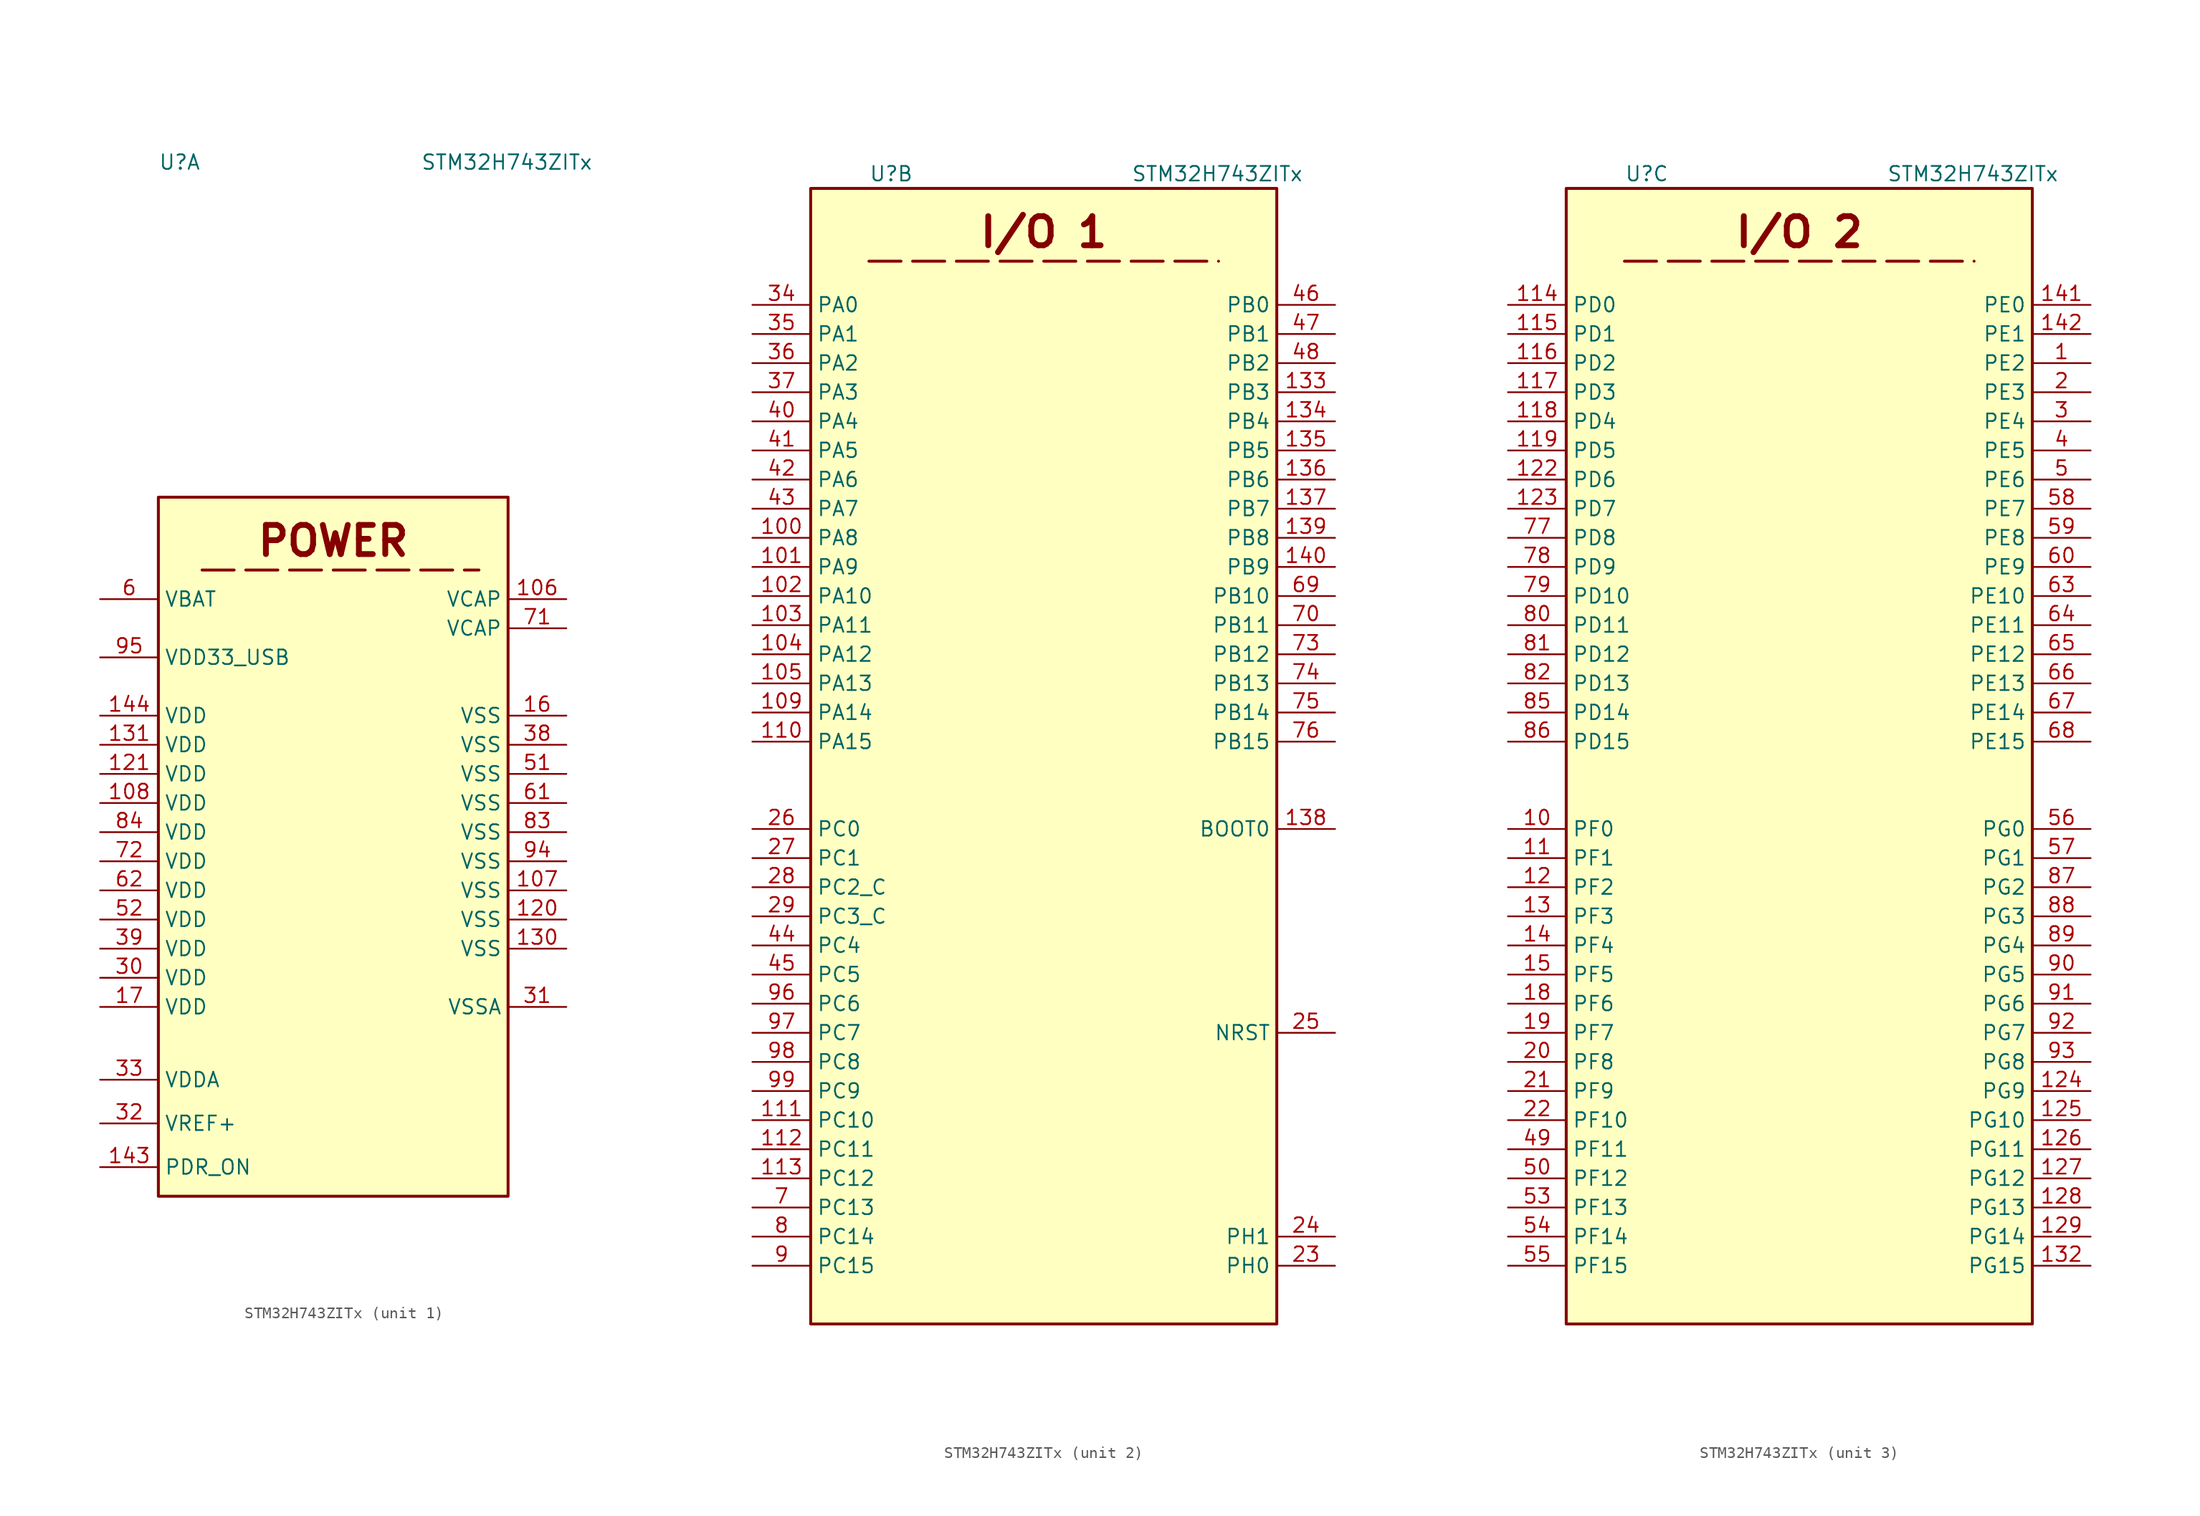
<source format=kicad_sym>
(kicad_symbol_lib
  (version 20241209)
  (generator "kicad_symbol_editor")
  (generator_version "9.0")
  (symbol "STM32H743ZITx"
    (property "Reference" "U"
      (at -15.24 90.17 0)
      (effects (font (size 1.27 1.27)) (justify left)))
    (property "Value" "STM32H743ZITx"
      (at 7.62 90.17 0)
      (effects (font (size 1.27 1.27)) (justify left)))
    (symbol "STM32H743ZITx_1_1"
      (rectangle (start -15.24 60.96) (end 15.24 0) (stroke (width 0.254) (type solid)) (fill (type background)))
      (polyline (pts (xy -11.43 54.61) (xy 12.7 54.61)) (stroke (width 0.254) (type dash)) (fill (type none)))
      (text "POWER" (at 0 57.15 0) (effects (font (size 2.54 2.54) (thickness 0.508) (bold yes))))
      (pin power_in line (at -20.32 52.07 0) (length 5.08) (name "VBAT" (effects (font (size 1.27 1.27)))) (number "6" (effects (font (size 1.27 1.27)))))
      (pin power_in line (at -20.32 46.99 0) (length 5.08) (name "VDD33_USB" (effects (font (size 1.27 1.27)))) (number "95" (effects (font (size 1.27 1.27)))))
      (pin power_in line (at -20.32 41.91 0) (length 5.08) (name "VDD" (effects (font (size 1.27 1.27)))) (number "144" (effects (font (size 1.27 1.27)))))
      (pin power_in line (at -20.32 39.37 0) (length 5.08) (name "VDD" (effects (font (size 1.27 1.27)))) (number "131" (effects (font (size 1.27 1.27)))))
      (pin power_in line (at -20.32 36.83 0) (length 5.08) (name "VDD" (effects (font (size 1.27 1.27)))) (number "121" (effects (font (size 1.27 1.27)))))
      (pin power_in line (at -20.32 34.29 0) (length 5.08) (name "VDD" (effects (font (size 1.27 1.27)))) (number "108" (effects (font (size 1.27 1.27)))))
      (pin power_in line (at -20.32 31.75 0) (length 5.08) (name "VDD" (effects (font (size 1.27 1.27)))) (number "84" (effects (font (size 1.27 1.27)))))
      (pin power_in line (at -20.32 29.21 0) (length 5.08) (name "VDD" (effects (font (size 1.27 1.27)))) (number "72" (effects (font (size 1.27 1.27)))))
      (pin power_in line (at -20.32 26.67 0) (length 5.08) (name "VDD" (effects (font (size 1.27 1.27)))) (number "62" (effects (font (size 1.27 1.27)))))
      (pin power_in line (at -20.32 24.13 0) (length 5.08) (name "VDD" (effects (font (size 1.27 1.27)))) (number "52" (effects (font (size 1.27 1.27)))))
      (pin power_in line (at -20.32 21.59 0) (length 5.08) (name "VDD" (effects (font (size 1.27 1.27)))) (number "39" (effects (font (size 1.27 1.27)))))
      (pin power_in line (at -20.32 19.05 0) (length 5.08) (name "VDD" (effects (font (size 1.27 1.27)))) (number "30" (effects (font (size 1.27 1.27)))))
      (pin power_in line (at -20.32 16.51 0) (length 5.08) (name "VDD" (effects (font (size 1.27 1.27)))) (number "17" (effects (font (size 1.27 1.27)))))
      (pin power_in line (at -20.32 10.16 0) (length 5.08) (name "VDDA" (effects (font (size 1.27 1.27)))) (number "33" (effects (font (size 1.27 1.27)))))
      (pin input line (at -20.32 6.35 0) (length 5.08) (name "VREF+" (effects (font (size 1.27 1.27)))) (number "32" (effects (font (size 1.27 1.27)))) (alternate "VREFBUF_OUT" bidirectional line))
      (pin input line (at -20.32 2.54 0) (length 5.08) (name "PDR_ON" (effects (font (size 1.27 1.27)))) (number "143" (effects (font (size 1.27 1.27)))))
      (pin power_out line (at 20.32 52.07 180) (length 5.08) (name "VCAP" (effects (font (size 1.27 1.27)))) (number "106" (effects (font (size 1.27 1.27)))))
      (pin power_out line (at 20.32 49.53 180) (length 5.08) (name "VCAP" (effects (font (size 1.27 1.27)))) (number "71" (effects (font (size 1.27 1.27)))))
      (pin power_in line (at 20.32 41.91 180) (length 5.08) (name "VSS" (effects (font (size 1.27 1.27)))) (number "16" (effects (font (size 1.27 1.27)))))
      (pin power_in line (at 20.32 39.37 180) (length 5.08) (name "VSS" (effects (font (size 1.27 1.27)))) (number "38" (effects (font (size 1.27 1.27)))))
      (pin power_in line (at 20.32 36.83 180) (length 5.08) (name "VSS" (effects (font (size 1.27 1.27)))) (number "51" (effects (font (size 1.27 1.27)))))
      (pin power_in line (at 20.32 34.29 180) (length 5.08) (name "VSS" (effects (font (size 1.27 1.27)))) (number "61" (effects (font (size 1.27 1.27)))))
      (pin power_in line (at 20.32 31.75 180) (length 5.08) (name "VSS" (effects (font (size 1.27 1.27)))) (number "83" (effects (font (size 1.27 1.27)))))
      (pin power_in line (at 20.32 29.21 180) (length 5.08) (name "VSS" (effects (font (size 1.27 1.27)))) (number "94" (effects (font (size 1.27 1.27)))))
      (pin power_in line (at 20.32 26.67 180) (length 5.08) (name "VSS" (effects (font (size 1.27 1.27)))) (number "107" (effects (font (size 1.27 1.27)))))
      (pin power_in line (at 20.32 24.13 180) (length 5.08) (name "VSS" (effects (font (size 1.27 1.27)))) (number "120" (effects (font (size 1.27 1.27)))))
      (pin power_in line (at 20.32 21.59 180) (length 5.08) (name "VSS" (effects (font (size 1.27 1.27)))) (number "130" (effects (font (size 1.27 1.27)))))
      (pin power_in line (at 20.32 16.51 180) (length 5.08) (name "VSSA" (effects (font (size 1.27 1.27)))) (number "31" (effects (font (size 1.27 1.27))))))
    (symbol "STM32H743ZITx_2_1"
      (rectangle (start -20.32 88.9) (end 20.32 -10.16) (stroke (width 0.254) (type solid)) (fill (type background)))
      (polyline (pts (xy -15.24 82.55) (xy 15.24 82.55)) (stroke (width 0.254) (type dash)) (fill (type none)))
      (text "I/O 1\n" (at 0 85.09 0) (effects (font (size 2.54 2.54) (thickness 0.508) (bold yes))))
      (pin bidirectional line (at -25.4 78.74 0) (length 5.08) (name "PA0" (effects (font (size 1.27 1.27)))) (number "34" (effects (font (size 1.27 1.27)))) (alternate "ADC1_INP16" bidirectional line) (alternate "ETH_CRS" bidirectional line) (alternate "PWR_WKUP1" bidirectional line) (alternate "SAI2_SD_B" bidirectional line) (alternate "SDMMC2_CMD" bidirectional line) (alternate "TIM15_BKIN" bidirectional line) (alternate "TIM2_CH1" bidirectional line) (alternate "TIM2_ETR" bidirectional line) (alternate "TIM5_CH1" bidirectional line) (alternate "TIM8_ETR" bidirectional line) (alternate "UART4_TX" bidirectional line) (alternate "USART2_CTS" bidirectional line) (alternate "USART2_NSS" bidirectional line))
      (pin bidirectional line (at -25.4 76.2 0) (length 5.08) (name "PA1" (effects (font (size 1.27 1.27)))) (number "35" (effects (font (size 1.27 1.27)))) (alternate "ADC1_INN16" bidirectional line) (alternate "ADC1_INP17" bidirectional line) (alternate "ETH_REF_CLK" bidirectional line) (alternate "ETH_RX_CLK" bidirectional line) (alternate "LPTIM3_OUT" bidirectional line) (alternate "LTDC_R2" bidirectional line) (alternate "QUADSPI_BK1_IO3" bidirectional line) (alternate "SAI2_MCLK_B" bidirectional line) (alternate "TIM15_CH1N" bidirectional line) (alternate "TIM2_CH2" bidirectional line) (alternate "TIM5_CH2" bidirectional line) (alternate "UART4_RX" bidirectional line) (alternate "USART2_DE" bidirectional line) (alternate "USART2_RTS" bidirectional line))
      (pin bidirectional line (at -25.4 73.66 0) (length 5.08) (name "PA2" (effects (font (size 1.27 1.27)))) (number "36" (effects (font (size 1.27 1.27)))) (alternate "ADC1_INP14" bidirectional line) (alternate "ADC2_INP14" bidirectional line) (alternate "ETH_MDIO" bidirectional line) (alternate "LPTIM4_OUT" bidirectional line) (alternate "LTDC_R1" bidirectional line) (alternate "MDIOS_MDIO" bidirectional line) (alternate "PWR_WKUP2" bidirectional line) (alternate "SAI2_SCK_B" bidirectional line) (alternate "TIM15_CH1" bidirectional line) (alternate "TIM2_CH3" bidirectional line) (alternate "TIM5_CH3" bidirectional line) (alternate "USART2_TX" bidirectional line))
      (pin bidirectional line (at -25.4 71.12 0) (length 5.08) (name "PA3" (effects (font (size 1.27 1.27)))) (number "37" (effects (font (size 1.27 1.27)))) (alternate "ADC1_INP15" bidirectional line) (alternate "ADC2_INP15" bidirectional line) (alternate "ETH_COL" bidirectional line) (alternate "LPTIM5_OUT" bidirectional line) (alternate "LTDC_B2" bidirectional line) (alternate "LTDC_B5" bidirectional line) (alternate "TIM15_CH2" bidirectional line) (alternate "TIM2_CH4" bidirectional line) (alternate "TIM5_CH4" bidirectional line) (alternate "USART2_RX" bidirectional line) (alternate "USB_OTG_HS_ULPI_D0" bidirectional line))
      (pin bidirectional line (at -25.4 68.58 0) (length 5.08) (name "PA4" (effects (font (size 1.27 1.27)))) (number "40" (effects (font (size 1.27 1.27)))) (alternate "ADC1_INP18" bidirectional line) (alternate "ADC2_INP18" bidirectional line) (alternate "DAC1_OUT1" bidirectional line) (alternate "DCMI_HSYNC" bidirectional line) (alternate "I2S1_WS" bidirectional line) (alternate "I2S3_WS" bidirectional line) (alternate "LTDC_VSYNC" bidirectional line) (alternate "SPI1_NSS" bidirectional line) (alternate "SPI3_NSS" bidirectional line) (alternate "SPI6_NSS" bidirectional line) (alternate "TIM5_ETR" bidirectional line) (alternate "USART2_CK" bidirectional line) (alternate "USB_OTG_HS_SOF" bidirectional line))
      (pin bidirectional line (at -25.4 66.04 0) (length 5.08) (name "PA5" (effects (font (size 1.27 1.27)))) (number "41" (effects (font (size 1.27 1.27)))) (alternate "ADC1_INN18" bidirectional line) (alternate "ADC1_INP19" bidirectional line) (alternate "ADC2_INN18" bidirectional line) (alternate "ADC2_INP19" bidirectional line) (alternate "DAC1_OUT2" bidirectional line) (alternate "I2S1_CK" bidirectional line) (alternate "LTDC_R4" bidirectional line) (alternate "PWR_NDSTOP2" bidirectional line) (alternate "SPI1_SCK" bidirectional line) (alternate "SPI6_SCK" bidirectional line) (alternate "TIM2_CH1" bidirectional line) (alternate "TIM2_ETR" bidirectional line) (alternate "TIM8_CH1N" bidirectional line) (alternate "USB_OTG_HS_ULPI_CK" bidirectional line))
      (pin bidirectional line (at -25.4 63.5 0) (length 5.08) (name "PA6" (effects (font (size 1.27 1.27)))) (number "42" (effects (font (size 1.27 1.27)))) (alternate "ADC1_INP3" bidirectional line) (alternate "ADC2_INP3" bidirectional line) (alternate "DCMI_PIXCLK" bidirectional line) (alternate "I2S1_SDI" bidirectional line) (alternate "LTDC_G2" bidirectional line) (alternate "MDIOS_MDC" bidirectional line) (alternate "SPI1_MISO" bidirectional line) (alternate "SPI6_MISO" bidirectional line) (alternate "TIM13_CH1" bidirectional line) (alternate "TIM1_BKIN" bidirectional line) (alternate "TIM1_BKIN_COMP1" bidirectional line) (alternate "TIM1_BKIN_COMP2" bidirectional line) (alternate "TIM3_CH1" bidirectional line) (alternate "TIM8_BKIN" bidirectional line) (alternate "TIM8_BKIN_COMP1" bidirectional line) (alternate "TIM8_BKIN_COMP2" bidirectional line))
      (pin bidirectional line (at -25.4 60.96 0) (length 5.08) (name "PA7" (effects (font (size 1.27 1.27)))) (number "43" (effects (font (size 1.27 1.27)))) (alternate "ADC1_INN3" bidirectional line) (alternate "ADC1_INP7" bidirectional line) (alternate "ADC2_INN3" bidirectional line) (alternate "ADC2_INP7" bidirectional line) (alternate "ETH_CRS_DV" bidirectional line) (alternate "ETH_RX_DV" bidirectional line) (alternate "FMC_SDNWE" bidirectional line) (alternate "I2S1_SDO" bidirectional line) (alternate "OPAMP1_VINM" bidirectional line) (alternate "OPAMP1_VINM1" bidirectional line) (alternate "SPI1_MOSI" bidirectional line) (alternate "SPI6_MOSI" bidirectional line) (alternate "TIM14_CH1" bidirectional line) (alternate "TIM1_CH1N" bidirectional line) (alternate "TIM3_CH2" bidirectional line) (alternate "TIM8_CH1N" bidirectional line))
      (pin bidirectional line (at -25.4 58.42 0) (length 5.08) (name "PA8" (effects (font (size 1.27 1.27)))) (number "100" (effects (font (size 1.27 1.27)))) (alternate "HRTIM_CHB2" bidirectional line) (alternate "I2C3_SCL" bidirectional line) (alternate "LTDC_B3" bidirectional line) (alternate "LTDC_R6" bidirectional line) (alternate "RCC_MCO_1" bidirectional line) (alternate "TIM1_CH1" bidirectional line) (alternate "TIM8_BKIN2" bidirectional line) (alternate "TIM8_BKIN2_COMP1" bidirectional line) (alternate "TIM8_BKIN2_COMP2" bidirectional line) (alternate "UART7_RX" bidirectional line) (alternate "USART1_CK" bidirectional line) (alternate "USB_OTG_FS_SOF" bidirectional line))
      (pin bidirectional line (at -25.4 55.88 0) (length 5.08) (name "PA9" (effects (font (size 1.27 1.27)))) (number "101" (effects (font (size 1.27 1.27)))) (alternate "DAC1_EXTI9" bidirectional line) (alternate "DCMI_D0" bidirectional line) (alternate "ETH_TX_ER" bidirectional line) (alternate "HRTIM_CHC1" bidirectional line) (alternate "I2C3_SMBA" bidirectional line) (alternate "I2S2_CK" bidirectional line) (alternate "LPUART1_TX" bidirectional line) (alternate "LTDC_R5" bidirectional line) (alternate "SPI2_SCK" bidirectional line) (alternate "TIM1_CH2" bidirectional line) (alternate "USART1_TX" bidirectional line) (alternate "USB_OTG_FS_VBUS" bidirectional line))
      (pin bidirectional line (at -25.4 53.34 0) (length 5.08) (name "PA10" (effects (font (size 1.27 1.27)))) (number "102" (effects (font (size 1.27 1.27)))) (alternate "DCMI_D1" bidirectional line) (alternate "HRTIM_CHC2" bidirectional line) (alternate "LPUART1_RX" bidirectional line) (alternate "LTDC_B1" bidirectional line) (alternate "LTDC_B4" bidirectional line) (alternate "MDIOS_MDIO" bidirectional line) (alternate "TIM1_CH3" bidirectional line) (alternate "USART1_RX" bidirectional line) (alternate "USB_OTG_FS_ID" bidirectional line))
      (pin bidirectional line (at -25.4 50.8 0) (length 5.08) (name "PA11" (effects (font (size 1.27 1.27)))) (number "103" (effects (font (size 1.27 1.27)))) (alternate "ADC1_EXTI11" bidirectional line) (alternate "ADC2_EXTI11" bidirectional line) (alternate "ADC3_EXTI11" bidirectional line) (alternate "FDCAN1_RX" bidirectional line) (alternate "HRTIM_CHD1" bidirectional line) (alternate "I2S2_WS" bidirectional line) (alternate "LPUART1_CTS" bidirectional line) (alternate "LTDC_R4" bidirectional line) (alternate "SPI2_NSS" bidirectional line) (alternate "TIM1_CH4" bidirectional line) (alternate "UART4_RX" bidirectional line) (alternate "USART1_CTS" bidirectional line) (alternate "USART1_NSS" bidirectional line) (alternate "USB_OTG_FS_DM" bidirectional line))
      (pin bidirectional line (at -25.4 48.26 0) (length 5.08) (name "PA12" (effects (font (size 1.27 1.27)))) (number "104" (effects (font (size 1.27 1.27)))) (alternate "FDCAN1_TX" bidirectional line) (alternate "HRTIM_CHD2" bidirectional line) (alternate "I2S2_CK" bidirectional line) (alternate "LPUART1_DE" bidirectional line) (alternate "LPUART1_RTS" bidirectional line) (alternate "LTDC_R5" bidirectional line) (alternate "SAI2_FS_B" bidirectional line) (alternate "SPI2_SCK" bidirectional line) (alternate "TIM1_ETR" bidirectional line) (alternate "UART4_TX" bidirectional line) (alternate "USART1_DE" bidirectional line) (alternate "USART1_RTS" bidirectional line) (alternate "USB_OTG_FS_DP" bidirectional line))
      (pin bidirectional line (at -25.4 45.72 0) (length 5.08) (name "PA13" (effects (font (size 1.27 1.27)))) (number "105" (effects (font (size 1.27 1.27)))) (alternate "DEBUG_JTMS-SWDIO" bidirectional line))
      (pin bidirectional line (at -25.4 43.18 0) (length 5.08) (name "PA14" (effects (font (size 1.27 1.27)))) (number "109" (effects (font (size 1.27 1.27)))) (alternate "DEBUG_JTCK-SWCLK" bidirectional line))
      (pin bidirectional line (at -25.4 40.64 0) (length 5.08) (name "PA15" (effects (font (size 1.27 1.27)))) (number "110" (effects (font (size 1.27 1.27)))) (alternate "ADC1_EXTI15" bidirectional line) (alternate "ADC2_EXTI15" bidirectional line) (alternate "ADC3_EXTI15" bidirectional line) (alternate "CEC" bidirectional line) (alternate "DEBUG_JTDI" bidirectional line) (alternate "HRTIM_FLT1" bidirectional line) (alternate "I2S1_WS" bidirectional line) (alternate "I2S3_WS" bidirectional line) (alternate "SPI1_NSS" bidirectional line) (alternate "SPI3_NSS" bidirectional line) (alternate "SPI6_NSS" bidirectional line) (alternate "TIM2_CH1" bidirectional line) (alternate "TIM2_ETR" bidirectional line) (alternate "UART4_DE" bidirectional line) (alternate "UART4_RTS" bidirectional line) (alternate "UART7_TX" bidirectional line))
      (pin bidirectional line (at -25.4 33.02 0) (length 5.08) (name "PC0" (effects (font (size 1.27 1.27)))) (number "26" (effects (font (size 1.27 1.27)))) (alternate "ADC1_INP10" bidirectional line) (alternate "ADC2_INP10" bidirectional line) (alternate "ADC3_INP10" bidirectional line) (alternate "DFSDM1_CKIN0" bidirectional line) (alternate "DFSDM1_DATIN4" bidirectional line) (alternate "FMC_SDNWE" bidirectional line) (alternate "LTDC_R5" bidirectional line) (alternate "SAI2_FS_B" bidirectional line) (alternate "USB_OTG_HS_ULPI_STP" bidirectional line))
      (pin bidirectional line (at -25.4 30.48 0) (length 5.08) (name "PC1" (effects (font (size 1.27 1.27)))) (number "27" (effects (font (size 1.27 1.27)))) (alternate "ADC1_INN10" bidirectional line) (alternate "ADC1_INP11" bidirectional line) (alternate "ADC2_INN10" bidirectional line) (alternate "ADC2_INP11" bidirectional line) (alternate "ADC3_INN10" bidirectional line) (alternate "ADC3_INP11" bidirectional line) (alternate "DEBUG_TRACED0" bidirectional line) (alternate "DFSDM1_CKIN4" bidirectional line) (alternate "DFSDM1_DATIN0" bidirectional line) (alternate "ETH_MDC" bidirectional line) (alternate "I2S2_SDO" bidirectional line) (alternate "MDIOS_MDC" bidirectional line) (alternate "PWR_WKUP6" bidirectional line) (alternate "RTC_TAMP3" bidirectional line) (alternate "SAI1_D1" bidirectional line) (alternate "SAI1_SD_A" bidirectional line) (alternate "SAI4_D1" bidirectional line) (alternate "SAI4_SD_A" bidirectional line) (alternate "SDMMC2_CK" bidirectional line) (alternate "SPI2_MOSI" bidirectional line))
      (pin bidirectional line (at -25.4 27.94 0) (length 5.08) (name "PC2_C" (effects (font (size 1.27 1.27)))) (number "28" (effects (font (size 1.27 1.27)))) (alternate "ADC3_INN1" bidirectional line) (alternate "ADC3_INP0" bidirectional line) (alternate "DFSDM1_CKIN1" bidirectional line) (alternate "DFSDM1_CKOUT" bidirectional line) (alternate "ETH_TXD2" bidirectional line) (alternate "FMC_SDNE0" bidirectional line) (alternate "I2S2_SDI" bidirectional line) (alternate "PWR_CSTOP" bidirectional line) (alternate "SPI2_MISO" bidirectional line) (alternate "USB_OTG_HS_ULPI_DIR" bidirectional line))
      (pin bidirectional line (at -25.4 25.4 0) (length 5.08) (name "PC3_C" (effects (font (size 1.27 1.27)))) (number "29" (effects (font (size 1.27 1.27)))) (alternate "ADC3_INP1" bidirectional line) (alternate "DFSDM1_DATIN1" bidirectional line) (alternate "ETH_TX_CLK" bidirectional line) (alternate "FMC_SDCKE0" bidirectional line) (alternate "I2S2_SDO" bidirectional line) (alternate "PWR_CSLEEP" bidirectional line) (alternate "SPI2_MOSI" bidirectional line) (alternate "USB_OTG_HS_ULPI_NXT" bidirectional line))
      (pin bidirectional line (at -25.4 22.86 0) (length 5.08) (name "PC4" (effects (font (size 1.27 1.27)))) (number "44" (effects (font (size 1.27 1.27)))) (alternate "ADC1_INP4" bidirectional line) (alternate "ADC2_INP4" bidirectional line) (alternate "COMP1_INM" bidirectional line) (alternate "DFSDM1_CKIN2" bidirectional line) (alternate "ETH_RXD0" bidirectional line) (alternate "FMC_SDNE0" bidirectional line) (alternate "I2S1_MCK" bidirectional line) (alternate "OPAMP1_VOUT" bidirectional line) (alternate "SPDIFRX1_IN2" bidirectional line))
      (pin bidirectional line (at -25.4 20.32 0) (length 5.08) (name "PC5" (effects (font (size 1.27 1.27)))) (number "45" (effects (font (size 1.27 1.27)))) (alternate "ADC1_INN4" bidirectional line) (alternate "ADC1_INP8" bidirectional line) (alternate "ADC2_INN4" bidirectional line) (alternate "ADC2_INP8" bidirectional line) (alternate "COMP1_OUT" bidirectional line) (alternate "DFSDM1_DATIN2" bidirectional line) (alternate "ETH_RXD1" bidirectional line) (alternate "FMC_SDCKE0" bidirectional line) (alternate "OPAMP1_VINM" bidirectional line) (alternate "OPAMP1_VINM0" bidirectional line) (alternate "SAI1_D3" bidirectional line) (alternate "SAI4_D3" bidirectional line) (alternate "SPDIFRX1_IN3" bidirectional line))
      (pin bidirectional line (at -25.4 17.78 0) (length 5.08) (name "PC6" (effects (font (size 1.27 1.27)))) (number "96" (effects (font (size 1.27 1.27)))) (alternate "DCMI_D0" bidirectional line) (alternate "DFSDM1_CKIN3" bidirectional line) (alternate "FMC_NWAIT" bidirectional line) (alternate "HRTIM_CHA1" bidirectional line) (alternate "I2S2_MCK" bidirectional line) (alternate "LTDC_HSYNC" bidirectional line) (alternate "SDMMC1_D0DIR" bidirectional line) (alternate "SDMMC1_D6" bidirectional line) (alternate "SDMMC2_D6" bidirectional line) (alternate "SWPMI1_IO" bidirectional line) (alternate "TIM3_CH1" bidirectional line) (alternate "TIM8_CH1" bidirectional line) (alternate "USART6_TX" bidirectional line))
      (pin bidirectional line (at -25.4 15.24 0) (length 5.08) (name "PC7" (effects (font (size 1.27 1.27)))) (number "97" (effects (font (size 1.27 1.27)))) (alternate "DCMI_D1" bidirectional line) (alternate "DEBUG_TRGIO" bidirectional line) (alternate "DFSDM1_DATIN3" bidirectional line) (alternate "FMC_NE1" bidirectional line) (alternate "HRTIM_CHA2" bidirectional line) (alternate "I2S3_MCK" bidirectional line) (alternate "LTDC_G6" bidirectional line) (alternate "SDMMC1_D123DIR" bidirectional line) (alternate "SDMMC1_D7" bidirectional line) (alternate "SDMMC2_D7" bidirectional line) (alternate "SWPMI1_TX" bidirectional line) (alternate "TIM3_CH2" bidirectional line) (alternate "TIM8_CH2" bidirectional line) (alternate "USART6_RX" bidirectional line))
      (pin bidirectional line (at -25.4 12.7 0) (length 5.08) (name "PC8" (effects (font (size 1.27 1.27)))) (number "98" (effects (font (size 1.27 1.27)))) (alternate "DCMI_D2" bidirectional line) (alternate "DEBUG_TRACED1" bidirectional line) (alternate "FMC_NCE" bidirectional line) (alternate "FMC_NE2" bidirectional line) (alternate "HRTIM_CHB1" bidirectional line) (alternate "SDMMC1_D0" bidirectional line) (alternate "SWPMI1_RX" bidirectional line) (alternate "TIM3_CH3" bidirectional line) (alternate "TIM8_CH3" bidirectional line) (alternate "UART5_DE" bidirectional line) (alternate "UART5_RTS" bidirectional line) (alternate "USART6_CK" bidirectional line))
      (pin bidirectional line (at -25.4 10.16 0) (length 5.08) (name "PC9" (effects (font (size 1.27 1.27)))) (number "99" (effects (font (size 1.27 1.27)))) (alternate "DAC1_EXTI9" bidirectional line) (alternate "DCMI_D3" bidirectional line) (alternate "I2C3_SDA" bidirectional line) (alternate "I2S_CKIN" bidirectional line) (alternate "LTDC_B2" bidirectional line) (alternate "LTDC_G3" bidirectional line) (alternate "QUADSPI_BK1_IO0" bidirectional line) (alternate "RCC_MCO_2" bidirectional line) (alternate "SDMMC1_D1" bidirectional line) (alternate "SWPMI1_SUSPEND" bidirectional line) (alternate "TIM3_CH4" bidirectional line) (alternate "TIM8_CH4" bidirectional line) (alternate "UART5_CTS" bidirectional line))
      (pin bidirectional line (at -25.4 7.62 0) (length 5.08) (name "PC10" (effects (font (size 1.27 1.27)))) (number "111" (effects (font (size 1.27 1.27)))) (alternate "DCMI_D8" bidirectional line) (alternate "DFSDM1_CKIN5" bidirectional line) (alternate "HRTIM_EEV1" bidirectional line) (alternate "I2S3_CK" bidirectional line) (alternate "LTDC_R2" bidirectional line) (alternate "QUADSPI_BK1_IO1" bidirectional line) (alternate "SDMMC1_D2" bidirectional line) (alternate "SPI3_SCK" bidirectional line) (alternate "UART4_TX" bidirectional line) (alternate "USART3_TX" bidirectional line))
      (pin bidirectional line (at -25.4 5.08 0) (length 5.08) (name "PC11" (effects (font (size 1.27 1.27)))) (number "112" (effects (font (size 1.27 1.27)))) (alternate "ADC1_EXTI11" bidirectional line) (alternate "ADC2_EXTI11" bidirectional line) (alternate "ADC3_EXTI11" bidirectional line) (alternate "DCMI_D4" bidirectional line) (alternate "DFSDM1_DATIN5" bidirectional line) (alternate "HRTIM_FLT2" bidirectional line) (alternate "I2S3_SDI" bidirectional line) (alternate "QUADSPI_BK2_NCS" bidirectional line) (alternate "SDMMC1_D3" bidirectional line) (alternate "SPI3_MISO" bidirectional line) (alternate "UART4_RX" bidirectional line) (alternate "USART3_RX" bidirectional line))
      (pin bidirectional line (at -25.4 2.54 0) (length 5.08) (name "PC12" (effects (font (size 1.27 1.27)))) (number "113" (effects (font (size 1.27 1.27)))) (alternate "DCMI_D9" bidirectional line) (alternate "DEBUG_TRACED3" bidirectional line) (alternate "HRTIM_EEV2" bidirectional line) (alternate "I2S3_SDO" bidirectional line) (alternate "SDMMC1_CK" bidirectional line) (alternate "SPI3_MOSI" bidirectional line) (alternate "UART5_TX" bidirectional line) (alternate "USART3_CK" bidirectional line))
      (pin bidirectional line (at -25.4 0 0) (length 5.08) (name "PC13" (effects (font (size 1.27 1.27)))) (number "7" (effects (font (size 1.27 1.27)))) (alternate "PWR_WKUP4" bidirectional line) (alternate "RTC_OUT_ALARM" bidirectional line) (alternate "RTC_OUT_CALIB" bidirectional line) (alternate "RTC_TAMP1" bidirectional line) (alternate "RTC_TS" bidirectional line))
      (pin bidirectional line (at -25.4 -2.54 0) (length 5.08) (name "PC14" (effects (font (size 1.27 1.27)))) (number "8" (effects (font (size 1.27 1.27)))) (alternate "RCC_OSC32_IN" bidirectional line))
      (pin bidirectional line (at -25.4 -5.08 0) (length 5.08) (name "PC15" (effects (font (size 1.27 1.27)))) (number "9" (effects (font (size 1.27 1.27)))) (alternate "ADC1_EXTI15" bidirectional line) (alternate "ADC2_EXTI15" bidirectional line) (alternate "ADC3_EXTI15" bidirectional line) (alternate "RCC_OSC32_OUT" bidirectional line))
      (pin bidirectional line (at 25.4 78.74 180) (length 5.08) (name "PB0" (effects (font (size 1.27 1.27)))) (number "46" (effects (font (size 1.27 1.27)))) (alternate "ADC1_INN5" bidirectional line) (alternate "ADC1_INP9" bidirectional line) (alternate "ADC2_INN5" bidirectional line) (alternate "ADC2_INP9" bidirectional line) (alternate "COMP1_INP" bidirectional line) (alternate "DFSDM1_CKOUT" bidirectional line) (alternate "ETH_RXD2" bidirectional line) (alternate "LTDC_G1" bidirectional line) (alternate "LTDC_R3" bidirectional line) (alternate "OPAMP1_VINP" bidirectional line) (alternate "TIM1_CH2N" bidirectional line) (alternate "TIM3_CH3" bidirectional line) (alternate "TIM8_CH2N" bidirectional line) (alternate "UART4_CTS" bidirectional line) (alternate "USB_OTG_HS_ULPI_D1" bidirectional line))
      (pin bidirectional line (at 25.4 76.2 180) (length 5.08) (name "PB1" (effects (font (size 1.27 1.27)))) (number "47" (effects (font (size 1.27 1.27)))) (alternate "ADC1_INP5" bidirectional line) (alternate "ADC2_INP5" bidirectional line) (alternate "COMP1_INM" bidirectional line) (alternate "DFSDM1_DATIN1" bidirectional line) (alternate "ETH_RXD3" bidirectional line) (alternate "LTDC_G0" bidirectional line) (alternate "LTDC_R6" bidirectional line) (alternate "TIM1_CH3N" bidirectional line) (alternate "TIM3_CH4" bidirectional line) (alternate "TIM8_CH3N" bidirectional line) (alternate "USB_OTG_HS_ULPI_D2" bidirectional line))
      (pin bidirectional line (at 25.4 73.66 180) (length 5.08) (name "PB2" (effects (font (size 1.27 1.27)))) (number "48" (effects (font (size 1.27 1.27)))) (alternate "COMP1_INP" bidirectional line) (alternate "DFSDM1_CKIN1" bidirectional line) (alternate "ETH_TX_ER" bidirectional line) (alternate "I2S3_SDO" bidirectional line) (alternate "QUADSPI_CLK" bidirectional line) (alternate "RTC_OUT_ALARM" bidirectional line) (alternate "RTC_OUT_CALIB" bidirectional line) (alternate "SAI1_D1" bidirectional line) (alternate "SAI1_SD_A" bidirectional line) (alternate "SAI4_D1" bidirectional line) (alternate "SAI4_SD_A" bidirectional line) (alternate "SPI3_MOSI" bidirectional line))
      (pin bidirectional line (at 25.4 71.12 180) (length 5.08) (name "PB3" (effects (font (size 1.27 1.27)))) (number "133" (effects (font (size 1.27 1.27)))) (alternate "CRS_SYNC" bidirectional line) (alternate "DEBUG_JTDO-SWO" bidirectional line) (alternate "HRTIM_FLT4" bidirectional line) (alternate "I2S1_CK" bidirectional line) (alternate "I2S3_CK" bidirectional line) (alternate "SDMMC2_D2" bidirectional line) (alternate "SPI1_SCK" bidirectional line) (alternate "SPI3_SCK" bidirectional line) (alternate "SPI6_SCK" bidirectional line) (alternate "TIM2_CH2" bidirectional line) (alternate "UART7_RX" bidirectional line))
      (pin bidirectional line (at 25.4 68.58 180) (length 5.08) (name "PB4" (effects (font (size 1.27 1.27)))) (number "134" (effects (font (size 1.27 1.27)))) (alternate "DEBUG_JTRST" bidirectional line) (alternate "HRTIM_EEV6" bidirectional line) (alternate "I2S1_SDI" bidirectional line) (alternate "I2S2_WS" bidirectional line) (alternate "I2S3_SDI" bidirectional line) (alternate "SDMMC2_D3" bidirectional line) (alternate "SPI1_MISO" bidirectional line) (alternate "SPI2_NSS" bidirectional line) (alternate "SPI3_MISO" bidirectional line) (alternate "SPI6_MISO" bidirectional line) (alternate "TIM16_BKIN" bidirectional line) (alternate "TIM3_CH1" bidirectional line) (alternate "UART7_TX" bidirectional line))
      (pin bidirectional line (at 25.4 66.04 180) (length 5.08) (name "PB5" (effects (font (size 1.27 1.27)))) (number "135" (effects (font (size 1.27 1.27)))) (alternate "DCMI_D10" bidirectional line) (alternate "ETH_PPS_OUT" bidirectional line) (alternate "FDCAN2_RX" bidirectional line) (alternate "FMC_SDCKE1" bidirectional line) (alternate "HRTIM_EEV7" bidirectional line) (alternate "I2C1_SMBA" bidirectional line) (alternate "I2C4_SMBA" bidirectional line) (alternate "I2S1_SDO" bidirectional line) (alternate "I2S3_SDO" bidirectional line) (alternate "SPI1_MOSI" bidirectional line) (alternate "SPI3_MOSI" bidirectional line) (alternate "SPI6_MOSI" bidirectional line) (alternate "TIM17_BKIN" bidirectional line) (alternate "TIM3_CH2" bidirectional line) (alternate "UART5_RX" bidirectional line) (alternate "USB_OTG_HS_ULPI_D7" bidirectional line))
      (pin bidirectional line (at 25.4 63.5 180) (length 5.08) (name "PB6" (effects (font (size 1.27 1.27)))) (number "136" (effects (font (size 1.27 1.27)))) (alternate "CEC" bidirectional line) (alternate "DCMI_D5" bidirectional line) (alternate "DFSDM1_DATIN5" bidirectional line) (alternate "FDCAN2_TX" bidirectional line) (alternate "FMC_SDNE1" bidirectional line) (alternate "HRTIM_EEV8" bidirectional line) (alternate "I2C1_SCL" bidirectional line) (alternate "I2C4_SCL" bidirectional line) (alternate "LPUART1_TX" bidirectional line) (alternate "QUADSPI_BK1_NCS" bidirectional line) (alternate "TIM16_CH1N" bidirectional line) (alternate "TIM4_CH1" bidirectional line) (alternate "UART5_TX" bidirectional line) (alternate "USART1_TX" bidirectional line))
      (pin bidirectional line (at 25.4 60.96 180) (length 5.08) (name "PB7" (effects (font (size 1.27 1.27)))) (number "137" (effects (font (size 1.27 1.27)))) (alternate "DCMI_VSYNC" bidirectional line) (alternate "DFSDM1_CKIN5" bidirectional line) (alternate "FMC_NL" bidirectional line) (alternate "HRTIM_EEV9" bidirectional line) (alternate "I2C1_SDA" bidirectional line) (alternate "I2C4_SDA" bidirectional line) (alternate "LPUART1_RX" bidirectional line) (alternate "PWR_PVD_IN" bidirectional line) (alternate "TIM17_CH1N" bidirectional line) (alternate "TIM4_CH2" bidirectional line) (alternate "USART1_RX" bidirectional line))
      (pin bidirectional line (at 25.4 58.42 180) (length 5.08) (name "PB8" (effects (font (size 1.27 1.27)))) (number "139" (effects (font (size 1.27 1.27)))) (alternate "DCMI_D6" bidirectional line) (alternate "DFSDM1_CKIN7" bidirectional line) (alternate "ETH_TXD3" bidirectional line) (alternate "FDCAN1_RX" bidirectional line) (alternate "I2C1_SCL" bidirectional line) (alternate "I2C4_SCL" bidirectional line) (alternate "LTDC_B6" bidirectional line) (alternate "SDMMC1_CKIN" bidirectional line) (alternate "SDMMC1_D4" bidirectional line) (alternate "SDMMC2_D4" bidirectional line) (alternate "TIM16_CH1" bidirectional line) (alternate "TIM4_CH3" bidirectional line) (alternate "UART4_RX" bidirectional line))
      (pin bidirectional line (at 25.4 55.88 180) (length 5.08) (name "PB9" (effects (font (size 1.27 1.27)))) (number "140" (effects (font (size 1.27 1.27)))) (alternate "DAC1_EXTI9" bidirectional line) (alternate "DCMI_D7" bidirectional line) (alternate "DFSDM1_DATIN7" bidirectional line) (alternate "FDCAN1_TX" bidirectional line) (alternate "I2C1_SDA" bidirectional line) (alternate "I2C4_SDA" bidirectional line) (alternate "I2C4_SMBA" bidirectional line) (alternate "I2S2_WS" bidirectional line) (alternate "LTDC_B7" bidirectional line) (alternate "SDMMC1_CDIR" bidirectional line) (alternate "SDMMC1_D5" bidirectional line) (alternate "SDMMC2_D5" bidirectional line) (alternate "SPI2_NSS" bidirectional line) (alternate "TIM17_CH1" bidirectional line) (alternate "TIM4_CH4" bidirectional line) (alternate "UART4_TX" bidirectional line))
      (pin bidirectional line (at 25.4 53.34 180) (length 5.08) (name "PB10" (effects (font (size 1.27 1.27)))) (number "69" (effects (font (size 1.27 1.27)))) (alternate "DFSDM1_DATIN7" bidirectional line) (alternate "ETH_RX_ER" bidirectional line) (alternate "HRTIM_SCOUT" bidirectional line) (alternate "I2C2_SCL" bidirectional line) (alternate "I2S2_CK" bidirectional line) (alternate "LPTIM2_IN1" bidirectional line) (alternate "LTDC_G4" bidirectional line) (alternate "QUADSPI_BK1_NCS" bidirectional line) (alternate "SPI2_SCK" bidirectional line) (alternate "TIM2_CH3" bidirectional line) (alternate "USART3_TX" bidirectional line) (alternate "USB_OTG_HS_ULPI_D3" bidirectional line))
      (pin bidirectional line (at 25.4 50.8 180) (length 5.08) (name "PB11" (effects (font (size 1.27 1.27)))) (number "70" (effects (font (size 1.27 1.27)))) (alternate "ADC1_EXTI11" bidirectional line) (alternate "ADC2_EXTI11" bidirectional line) (alternate "ADC3_EXTI11" bidirectional line) (alternate "DFSDM1_CKIN7" bidirectional line) (alternate "ETH_TX_EN" bidirectional line) (alternate "HRTIM_SCIN" bidirectional line) (alternate "I2C2_SDA" bidirectional line) (alternate "LPTIM2_ETR" bidirectional line) (alternate "LTDC_G5" bidirectional line) (alternate "TIM2_CH4" bidirectional line) (alternate "USART3_RX" bidirectional line) (alternate "USB_OTG_HS_ULPI_D4" bidirectional line))
      (pin bidirectional line (at 25.4 48.26 180) (length 5.08) (name "PB12" (effects (font (size 1.27 1.27)))) (number "73" (effects (font (size 1.27 1.27)))) (alternate "DFSDM1_DATIN1" bidirectional line) (alternate "ETH_TXD0" bidirectional line) (alternate "FDCAN2_RX" bidirectional line) (alternate "I2C2_SMBA" bidirectional line) (alternate "I2S2_WS" bidirectional line) (alternate "SPI2_NSS" bidirectional line) (alternate "TIM1_BKIN" bidirectional line) (alternate "TIM1_BKIN_COMP1" bidirectional line) (alternate "TIM1_BKIN_COMP2" bidirectional line) (alternate "UART5_RX" bidirectional line) (alternate "USART3_CK" bidirectional line) (alternate "USB_OTG_HS_ID" bidirectional line) (alternate "USB_OTG_HS_ULPI_D5" bidirectional line))
      (pin bidirectional line (at 25.4 45.72 180) (length 5.08) (name "PB13" (effects (font (size 1.27 1.27)))) (number "74" (effects (font (size 1.27 1.27)))) (alternate "DFSDM1_CKIN1" bidirectional line) (alternate "ETH_TXD1" bidirectional line) (alternate "FDCAN2_TX" bidirectional line) (alternate "I2S2_CK" bidirectional line) (alternate "LPTIM2_OUT" bidirectional line) (alternate "SPI2_SCK" bidirectional line) (alternate "TIM1_CH1N" bidirectional line) (alternate "UART5_TX" bidirectional line) (alternate "USART3_CTS" bidirectional line) (alternate "USART3_NSS" bidirectional line) (alternate "USB_OTG_HS_ULPI_D6" bidirectional line) (alternate "USB_OTG_HS_VBUS" bidirectional line))
      (pin bidirectional line (at 25.4 43.18 180) (length 5.08) (name "PB14" (effects (font (size 1.27 1.27)))) (number "75" (effects (font (size 1.27 1.27)))) (alternate "DFSDM1_DATIN2" bidirectional line) (alternate "I2S2_SDI" bidirectional line) (alternate "SDMMC2_D0" bidirectional line) (alternate "SPI2_MISO" bidirectional line) (alternate "TIM12_CH1" bidirectional line) (alternate "TIM1_CH2N" bidirectional line) (alternate "TIM8_CH2N" bidirectional line) (alternate "UART4_DE" bidirectional line) (alternate "UART4_RTS" bidirectional line) (alternate "USART1_TX" bidirectional line) (alternate "USART3_DE" bidirectional line) (alternate "USART3_RTS" bidirectional line) (alternate "USB_OTG_HS_DM" bidirectional line))
      (pin bidirectional line (at 25.4 40.64 180) (length 5.08) (name "PB15" (effects (font (size 1.27 1.27)))) (number "76" (effects (font (size 1.27 1.27)))) (alternate "ADC1_EXTI15" bidirectional line) (alternate "ADC2_EXTI15" bidirectional line) (alternate "ADC3_EXTI15" bidirectional line) (alternate "DFSDM1_CKIN2" bidirectional line) (alternate "I2S2_SDO" bidirectional line) (alternate "RTC_REFIN" bidirectional line) (alternate "SDMMC2_D1" bidirectional line) (alternate "SPI2_MOSI" bidirectional line) (alternate "TIM12_CH2" bidirectional line) (alternate "TIM1_CH3N" bidirectional line) (alternate "TIM8_CH3N" bidirectional line) (alternate "UART4_CTS" bidirectional line) (alternate "USART1_RX" bidirectional line) (alternate "USB_OTG_HS_DP" bidirectional line))
      (pin input line (at 25.4 33.02 180) (length 5.08) (name "BOOT0" (effects (font (size 1.27 1.27)))) (number "138" (effects (font (size 1.27 1.27)))))
      (pin input line (at 25.4 15.24 180) (length 5.08) (name "NRST" (effects (font (size 1.27 1.27)))) (number "25" (effects (font (size 1.27 1.27)))))
      (pin bidirectional line (at 25.4 -2.54 180) (length 5.08) (name "PH1" (effects (font (size 1.27 1.27)))) (number "24" (effects (font (size 1.27 1.27)))) (alternate "RCC_OSC_OUT" bidirectional line))
      (pin bidirectional line (at 25.4 -5.08 180) (length 5.08) (name "PH0" (effects (font (size 1.27 1.27)))) (number "23" (effects (font (size 1.27 1.27)))) (alternate "RCC_OSC_IN" bidirectional line)))
    (symbol "STM32H743ZITx_3_1"
      (rectangle (start -20.32 88.9) (end 20.32 -10.16) (stroke (width 0.254) (type solid)) (fill (type background)))
      (polyline (pts (xy -15.24 82.55) (xy 15.24 82.55)) (stroke (width 0.254) (type dash)) (fill (type none)))
      (text "I/O 2\n" (at 0 85.09 0) (effects (font (size 2.54 2.54) (thickness 0.508) (bold yes))))
      (pin bidirectional line (at -25.4 78.74 0) (length 5.08) (name "PD0" (effects (font (size 1.27 1.27)))) (number "114" (effects (font (size 1.27 1.27)))) (alternate "DFSDM1_CKIN6" bidirectional line) (alternate "FDCAN1_RX" bidirectional line) (alternate "FMC_D2" bidirectional line) (alternate "FMC_DA2" bidirectional line) (alternate "SAI3_SCK_A" bidirectional line) (alternate "UART4_RX" bidirectional line))
      (pin bidirectional line (at -25.4 76.2 0) (length 5.08) (name "PD1" (effects (font (size 1.27 1.27)))) (number "115" (effects (font (size 1.27 1.27)))) (alternate "DFSDM1_DATIN6" bidirectional line) (alternate "FDCAN1_TX" bidirectional line) (alternate "FMC_D3" bidirectional line) (alternate "FMC_DA3" bidirectional line) (alternate "SAI3_SD_A" bidirectional line) (alternate "UART4_TX" bidirectional line))
      (pin bidirectional line (at -25.4 73.66 0) (length 5.08) (name "PD2" (effects (font (size 1.27 1.27)))) (number "116" (effects (font (size 1.27 1.27)))) (alternate "DCMI_D11" bidirectional line) (alternate "DEBUG_TRACED2" bidirectional line) (alternate "SDMMC1_CMD" bidirectional line) (alternate "TIM3_ETR" bidirectional line) (alternate "UART5_RX" bidirectional line))
      (pin bidirectional line (at -25.4 71.12 0) (length 5.08) (name "PD3" (effects (font (size 1.27 1.27)))) (number "117" (effects (font (size 1.27 1.27)))) (alternate "DCMI_D5" bidirectional line) (alternate "DFSDM1_CKOUT" bidirectional line) (alternate "FMC_CLK" bidirectional line) (alternate "I2S2_CK" bidirectional line) (alternate "LTDC_G7" bidirectional line) (alternate "SPI2_SCK" bidirectional line) (alternate "USART2_CTS" bidirectional line) (alternate "USART2_NSS" bidirectional line))
      (pin bidirectional line (at -25.4 68.58 0) (length 5.08) (name "PD4" (effects (font (size 1.27 1.27)))) (number "118" (effects (font (size 1.27 1.27)))) (alternate "FMC_NOE" bidirectional line) (alternate "HRTIM_FLT3" bidirectional line) (alternate "SAI3_FS_A" bidirectional line) (alternate "USART2_DE" bidirectional line) (alternate "USART2_RTS" bidirectional line))
      (pin bidirectional line (at -25.4 66.04 0) (length 5.08) (name "PD5" (effects (font (size 1.27 1.27)))) (number "119" (effects (font (size 1.27 1.27)))) (alternate "FMC_NWE" bidirectional line) (alternate "HRTIM_EEV3" bidirectional line) (alternate "USART2_TX" bidirectional line))
      (pin bidirectional line (at -25.4 63.5 0) (length 5.08) (name "PD6" (effects (font (size 1.27 1.27)))) (number "122" (effects (font (size 1.27 1.27)))) (alternate "DCMI_D10" bidirectional line) (alternate "DFSDM1_CKIN4" bidirectional line) (alternate "DFSDM1_DATIN1" bidirectional line) (alternate "FMC_NWAIT" bidirectional line) (alternate "I2S3_SDO" bidirectional line) (alternate "LTDC_B2" bidirectional line) (alternate "SAI1_D1" bidirectional line) (alternate "SAI1_SD_A" bidirectional line) (alternate "SAI4_D1" bidirectional line) (alternate "SAI4_SD_A" bidirectional line) (alternate "SDMMC2_CK" bidirectional line) (alternate "SPI3_MOSI" bidirectional line) (alternate "USART2_RX" bidirectional line))
      (pin bidirectional line (at -25.4 60.96 0) (length 5.08) (name "PD7" (effects (font (size 1.27 1.27)))) (number "123" (effects (font (size 1.27 1.27)))) (alternate "DFSDM1_CKIN1" bidirectional line) (alternate "DFSDM1_DATIN4" bidirectional line) (alternate "FMC_NE1" bidirectional line) (alternate "I2S1_SDO" bidirectional line) (alternate "SDMMC2_CMD" bidirectional line) (alternate "SPDIFRX1_IN0" bidirectional line) (alternate "SPI1_MOSI" bidirectional line) (alternate "USART2_CK" bidirectional line))
      (pin bidirectional line (at -25.4 58.42 0) (length 5.08) (name "PD8" (effects (font (size 1.27 1.27)))) (number "77" (effects (font (size 1.27 1.27)))) (alternate "DFSDM1_CKIN3" bidirectional line) (alternate "FMC_D13" bidirectional line) (alternate "FMC_DA13" bidirectional line) (alternate "SAI3_SCK_B" bidirectional line) (alternate "SPDIFRX1_IN1" bidirectional line) (alternate "USART3_TX" bidirectional line))
      (pin bidirectional line (at -25.4 55.88 0) (length 5.08) (name "PD9" (effects (font (size 1.27 1.27)))) (number "78" (effects (font (size 1.27 1.27)))) (alternate "DAC1_EXTI9" bidirectional line) (alternate "DFSDM1_DATIN3" bidirectional line) (alternate "FMC_D14" bidirectional line) (alternate "FMC_DA14" bidirectional line) (alternate "SAI3_SD_B" bidirectional line) (alternate "USART3_RX" bidirectional line))
      (pin bidirectional line (at -25.4 53.34 0) (length 5.08) (name "PD10" (effects (font (size 1.27 1.27)))) (number "79" (effects (font (size 1.27 1.27)))) (alternate "DFSDM1_CKOUT" bidirectional line) (alternate "FMC_D15" bidirectional line) (alternate "FMC_DA15" bidirectional line) (alternate "LTDC_B3" bidirectional line) (alternate "SAI3_FS_B" bidirectional line) (alternate "USART3_CK" bidirectional line))
      (pin bidirectional line (at -25.4 50.8 0) (length 5.08) (name "PD11" (effects (font (size 1.27 1.27)))) (number "80" (effects (font (size 1.27 1.27)))) (alternate "ADC1_EXTI11" bidirectional line) (alternate "ADC2_EXTI11" bidirectional line) (alternate "ADC3_EXTI11" bidirectional line) (alternate "FMC_A16" bidirectional line) (alternate "FMC_CLE" bidirectional line) (alternate "I2C4_SMBA" bidirectional line) (alternate "LPTIM2_IN2" bidirectional line) (alternate "QUADSPI_BK1_IO0" bidirectional line) (alternate "SAI2_SD_A" bidirectional line) (alternate "USART3_CTS" bidirectional line) (alternate "USART3_NSS" bidirectional line))
      (pin bidirectional line (at -25.4 48.26 0) (length 5.08) (name "PD12" (effects (font (size 1.27 1.27)))) (number "81" (effects (font (size 1.27 1.27)))) (alternate "FMC_A17" bidirectional line) (alternate "FMC_ALE" bidirectional line) (alternate "I2C4_SCL" bidirectional line) (alternate "LPTIM1_IN1" bidirectional line) (alternate "LPTIM2_IN1" bidirectional line) (alternate "QUADSPI_BK1_IO1" bidirectional line) (alternate "SAI2_FS_A" bidirectional line) (alternate "TIM4_CH1" bidirectional line) (alternate "USART3_DE" bidirectional line) (alternate "USART3_RTS" bidirectional line))
      (pin bidirectional line (at -25.4 45.72 0) (length 5.08) (name "PD13" (effects (font (size 1.27 1.27)))) (number "82" (effects (font (size 1.27 1.27)))) (alternate "FMC_A18" bidirectional line) (alternate "I2C4_SDA" bidirectional line) (alternate "LPTIM1_OUT" bidirectional line) (alternate "QUADSPI_BK1_IO3" bidirectional line) (alternate "SAI2_SCK_A" bidirectional line) (alternate "TIM4_CH2" bidirectional line))
      (pin bidirectional line (at -25.4 43.18 0) (length 5.08) (name "PD14" (effects (font (size 1.27 1.27)))) (number "85" (effects (font (size 1.27 1.27)))) (alternate "FMC_D0" bidirectional line) (alternate "FMC_DA0" bidirectional line) (alternate "SAI3_MCLK_B" bidirectional line) (alternate "TIM4_CH3" bidirectional line) (alternate "UART8_CTS" bidirectional line))
      (pin bidirectional line (at -25.4 40.64 0) (length 5.08) (name "PD15" (effects (font (size 1.27 1.27)))) (number "86" (effects (font (size 1.27 1.27)))) (alternate "ADC1_EXTI15" bidirectional line) (alternate "ADC2_EXTI15" bidirectional line) (alternate "ADC3_EXTI15" bidirectional line) (alternate "FMC_D1" bidirectional line) (alternate "FMC_DA1" bidirectional line) (alternate "SAI3_MCLK_A" bidirectional line) (alternate "TIM4_CH4" bidirectional line) (alternate "UART8_DE" bidirectional line) (alternate "UART8_RTS" bidirectional line))
      (pin bidirectional line (at -25.4 33.02 0) (length 5.08) (name "PF0" (effects (font (size 1.27 1.27)))) (number "10" (effects (font (size 1.27 1.27)))) (alternate "FMC_A0" bidirectional line) (alternate "I2C2_SDA" bidirectional line))
      (pin bidirectional line (at -25.4 30.48 0) (length 5.08) (name "PF1" (effects (font (size 1.27 1.27)))) (number "11" (effects (font (size 1.27 1.27)))) (alternate "FMC_A1" bidirectional line) (alternate "I2C2_SCL" bidirectional line))
      (pin bidirectional line (at -25.4 27.94 0) (length 5.08) (name "PF2" (effects (font (size 1.27 1.27)))) (number "12" (effects (font (size 1.27 1.27)))) (alternate "FMC_A2" bidirectional line) (alternate "I2C2_SMBA" bidirectional line))
      (pin bidirectional line (at -25.4 25.4 0) (length 5.08) (name "PF3" (effects (font (size 1.27 1.27)))) (number "13" (effects (font (size 1.27 1.27)))) (alternate "ADC3_INP5" bidirectional line) (alternate "FMC_A3" bidirectional line))
      (pin bidirectional line (at -25.4 22.86 0) (length 5.08) (name "PF4" (effects (font (size 1.27 1.27)))) (number "14" (effects (font (size 1.27 1.27)))) (alternate "ADC3_INN5" bidirectional line) (alternate "ADC3_INP9" bidirectional line) (alternate "FMC_A4" bidirectional line))
      (pin bidirectional line (at -25.4 20.32 0) (length 5.08) (name "PF5" (effects (font (size 1.27 1.27)))) (number "15" (effects (font (size 1.27 1.27)))) (alternate "ADC3_INP4" bidirectional line) (alternate "FMC_A5" bidirectional line))
      (pin bidirectional line (at -25.4 17.78 0) (length 5.08) (name "PF6" (effects (font (size 1.27 1.27)))) (number "18" (effects (font (size 1.27 1.27)))) (alternate "ADC3_INN4" bidirectional line) (alternate "ADC3_INP8" bidirectional line) (alternate "QUADSPI_BK1_IO3" bidirectional line) (alternate "SAI1_SD_B" bidirectional line) (alternate "SAI4_SD_B" bidirectional line) (alternate "SPI5_NSS" bidirectional line) (alternate "TIM16_CH1" bidirectional line) (alternate "UART7_RX" bidirectional line))
      (pin bidirectional line (at -25.4 15.24 0) (length 5.08) (name "PF7" (effects (font (size 1.27 1.27)))) (number "19" (effects (font (size 1.27 1.27)))) (alternate "ADC3_INP3" bidirectional line) (alternate "QUADSPI_BK1_IO2" bidirectional line) (alternate "SAI1_MCLK_B" bidirectional line) (alternate "SAI4_MCLK_B" bidirectional line) (alternate "SPI5_SCK" bidirectional line) (alternate "TIM17_CH1" bidirectional line) (alternate "UART7_TX" bidirectional line))
      (pin bidirectional line (at -25.4 12.7 0) (length 5.08) (name "PF8" (effects (font (size 1.27 1.27)))) (number "20" (effects (font (size 1.27 1.27)))) (alternate "ADC3_INN3" bidirectional line) (alternate "ADC3_INP7" bidirectional line) (alternate "QUADSPI_BK1_IO0" bidirectional line) (alternate "SAI1_SCK_B" bidirectional line) (alternate "SAI4_SCK_B" bidirectional line) (alternate "SPI5_MISO" bidirectional line) (alternate "TIM13_CH1" bidirectional line) (alternate "TIM16_CH1N" bidirectional line) (alternate "UART7_DE" bidirectional line) (alternate "UART7_RTS" bidirectional line))
      (pin bidirectional line (at -25.4 10.16 0) (length 5.08) (name "PF9" (effects (font (size 1.27 1.27)))) (number "21" (effects (font (size 1.27 1.27)))) (alternate "ADC3_INP2" bidirectional line) (alternate "DAC1_EXTI9" bidirectional line) (alternate "QUADSPI_BK1_IO1" bidirectional line) (alternate "SAI1_FS_B" bidirectional line) (alternate "SAI4_FS_B" bidirectional line) (alternate "SPI5_MOSI" bidirectional line) (alternate "TIM14_CH1" bidirectional line) (alternate "TIM17_CH1N" bidirectional line) (alternate "UART7_CTS" bidirectional line))
      (pin bidirectional line (at -25.4 7.62 0) (length 5.08) (name "PF10" (effects (font (size 1.27 1.27)))) (number "22" (effects (font (size 1.27 1.27)))) (alternate "ADC3_INN2" bidirectional line) (alternate "ADC3_INP6" bidirectional line) (alternate "DCMI_D11" bidirectional line) (alternate "LTDC_DE" bidirectional line) (alternate "QUADSPI_CLK" bidirectional line) (alternate "SAI1_D3" bidirectional line) (alternate "SAI4_D3" bidirectional line) (alternate "TIM16_BKIN" bidirectional line))
      (pin bidirectional line (at -25.4 5.08 0) (length 5.08) (name "PF11" (effects (font (size 1.27 1.27)))) (number "49" (effects (font (size 1.27 1.27)))) (alternate "ADC1_EXTI11" bidirectional line) (alternate "ADC1_INP2" bidirectional line) (alternate "ADC2_EXTI11" bidirectional line) (alternate "ADC3_EXTI11" bidirectional line) (alternate "DCMI_D12" bidirectional line) (alternate "FMC_SDNRAS" bidirectional line) (alternate "SAI2_SD_B" bidirectional line) (alternate "SPI5_MOSI" bidirectional line))
      (pin bidirectional line (at -25.4 2.54 0) (length 5.08) (name "PF12" (effects (font (size 1.27 1.27)))) (number "50" (effects (font (size 1.27 1.27)))) (alternate "ADC1_INN2" bidirectional line) (alternate "ADC1_INP6" bidirectional line) (alternate "FMC_A6" bidirectional line))
      (pin bidirectional line (at -25.4 0 0) (length 5.08) (name "PF13" (effects (font (size 1.27 1.27)))) (number "53" (effects (font (size 1.27 1.27)))) (alternate "ADC2_INP2" bidirectional line) (alternate "DFSDM1_DATIN6" bidirectional line) (alternate "FMC_A7" bidirectional line) (alternate "I2C4_SMBA" bidirectional line))
      (pin bidirectional line (at -25.4 -2.54 0) (length 5.08) (name "PF14" (effects (font (size 1.27 1.27)))) (number "54" (effects (font (size 1.27 1.27)))) (alternate "ADC2_INN2" bidirectional line) (alternate "ADC2_INP6" bidirectional line) (alternate "DFSDM1_CKIN6" bidirectional line) (alternate "FMC_A8" bidirectional line) (alternate "I2C4_SCL" bidirectional line))
      (pin bidirectional line (at -25.4 -5.08 0) (length 5.08) (name "PF15" (effects (font (size 1.27 1.27)))) (number "55" (effects (font (size 1.27 1.27)))) (alternate "ADC1_EXTI15" bidirectional line) (alternate "ADC2_EXTI15" bidirectional line) (alternate "ADC3_EXTI15" bidirectional line) (alternate "FMC_A9" bidirectional line) (alternate "I2C4_SDA" bidirectional line))
      (pin bidirectional line (at 25.4 78.74 180) (length 5.08) (name "PE0" (effects (font (size 1.27 1.27)))) (number "141" (effects (font (size 1.27 1.27)))) (alternate "DCMI_D2" bidirectional line) (alternate "FMC_NBL0" bidirectional line) (alternate "HRTIM_SCIN" bidirectional line) (alternate "LPTIM1_ETR" bidirectional line) (alternate "LPTIM2_ETR" bidirectional line) (alternate "SAI2_MCLK_A" bidirectional line) (alternate "TIM4_ETR" bidirectional line) (alternate "UART8_RX" bidirectional line))
      (pin bidirectional line (at 25.4 76.2 180) (length 5.08) (name "PE1" (effects (font (size 1.27 1.27)))) (number "142" (effects (font (size 1.27 1.27)))) (alternate "DCMI_D3" bidirectional line) (alternate "FMC_NBL1" bidirectional line) (alternate "HRTIM_SCOUT" bidirectional line) (alternate "LPTIM1_IN2" bidirectional line) (alternate "UART8_TX" bidirectional line))
      (pin bidirectional line (at 25.4 73.66 180) (length 5.08) (name "PE2" (effects (font (size 1.27 1.27)))) (number "1" (effects (font (size 1.27 1.27)))) (alternate "DEBUG_TRACECLK" bidirectional line) (alternate "ETH_TXD3" bidirectional line) (alternate "FMC_A23" bidirectional line) (alternate "QUADSPI_BK1_IO2" bidirectional line) (alternate "SAI1_CK1" bidirectional line) (alternate "SAI1_MCLK_A" bidirectional line) (alternate "SAI4_CK1" bidirectional line) (alternate "SAI4_MCLK_A" bidirectional line) (alternate "SPI4_SCK" bidirectional line))
      (pin bidirectional line (at 25.4 71.12 180) (length 5.08) (name "PE3" (effects (font (size 1.27 1.27)))) (number "2" (effects (font (size 1.27 1.27)))) (alternate "DEBUG_TRACED0" bidirectional line) (alternate "FMC_A19" bidirectional line) (alternate "SAI1_SD_B" bidirectional line) (alternate "SAI4_SD_B" bidirectional line) (alternate "TIM15_BKIN" bidirectional line))
      (pin bidirectional line (at 25.4 68.58 180) (length 5.08) (name "PE4" (effects (font (size 1.27 1.27)))) (number "3" (effects (font (size 1.27 1.27)))) (alternate "DCMI_D4" bidirectional line) (alternate "DEBUG_TRACED1" bidirectional line) (alternate "DFSDM1_DATIN3" bidirectional line) (alternate "FMC_A20" bidirectional line) (alternate "LTDC_B0" bidirectional line) (alternate "SAI1_D2" bidirectional line) (alternate "SAI1_FS_A" bidirectional line) (alternate "SAI4_D2" bidirectional line) (alternate "SAI4_FS_A" bidirectional line) (alternate "SPI4_NSS" bidirectional line) (alternate "TIM15_CH1N" bidirectional line))
      (pin bidirectional line (at 25.4 66.04 180) (length 5.08) (name "PE5" (effects (font (size 1.27 1.27)))) (number "4" (effects (font (size 1.27 1.27)))) (alternate "DCMI_D6" bidirectional line) (alternate "DEBUG_TRACED2" bidirectional line) (alternate "DFSDM1_CKIN3" bidirectional line) (alternate "FMC_A21" bidirectional line) (alternate "LTDC_G0" bidirectional line) (alternate "SAI1_CK2" bidirectional line) (alternate "SAI1_SCK_A" bidirectional line) (alternate "SAI4_CK2" bidirectional line) (alternate "SAI4_SCK_A" bidirectional line) (alternate "SPI4_MISO" bidirectional line) (alternate "TIM15_CH1" bidirectional line))
      (pin bidirectional line (at 25.4 63.5 180) (length 5.08) (name "PE6" (effects (font (size 1.27 1.27)))) (number "5" (effects (font (size 1.27 1.27)))) (alternate "DCMI_D7" bidirectional line) (alternate "DEBUG_TRACED3" bidirectional line) (alternate "FMC_A22" bidirectional line) (alternate "LTDC_G1" bidirectional line) (alternate "SAI1_D1" bidirectional line) (alternate "SAI1_SD_A" bidirectional line) (alternate "SAI2_MCLK_B" bidirectional line) (alternate "SAI4_D1" bidirectional line) (alternate "SAI4_SD_A" bidirectional line) (alternate "SPI4_MOSI" bidirectional line) (alternate "TIM15_CH2" bidirectional line) (alternate "TIM1_BKIN2" bidirectional line) (alternate "TIM1_BKIN2_COMP1" bidirectional line) (alternate "TIM1_BKIN2_COMP2" bidirectional line))
      (pin bidirectional line (at 25.4 60.96 180) (length 5.08) (name "PE7" (effects (font (size 1.27 1.27)))) (number "58" (effects (font (size 1.27 1.27)))) (alternate "COMP2_INM" bidirectional line) (alternate "DFSDM1_DATIN2" bidirectional line) (alternate "FMC_D4" bidirectional line) (alternate "FMC_DA4" bidirectional line) (alternate "OPAMP2_VOUT" bidirectional line) (alternate "QUADSPI_BK2_IO0" bidirectional line) (alternate "TIM1_ETR" bidirectional line) (alternate "UART7_RX" bidirectional line))
      (pin bidirectional line (at 25.4 58.42 180) (length 5.08) (name "PE8" (effects (font (size 1.27 1.27)))) (number "59" (effects (font (size 1.27 1.27)))) (alternate "COMP2_OUT" bidirectional line) (alternate "DFSDM1_CKIN2" bidirectional line) (alternate "FMC_D5" bidirectional line) (alternate "FMC_DA5" bidirectional line) (alternate "OPAMP2_VINM" bidirectional line) (alternate "OPAMP2_VINM0" bidirectional line) (alternate "QUADSPI_BK2_IO1" bidirectional line) (alternate "TIM1_CH1N" bidirectional line) (alternate "UART7_TX" bidirectional line))
      (pin bidirectional line (at 25.4 55.88 180) (length 5.08) (name "PE9" (effects (font (size 1.27 1.27)))) (number "60" (effects (font (size 1.27 1.27)))) (alternate "COMP2_INP" bidirectional line) (alternate "DAC1_EXTI9" bidirectional line) (alternate "DFSDM1_CKOUT" bidirectional line) (alternate "FMC_D6" bidirectional line) (alternate "FMC_DA6" bidirectional line) (alternate "OPAMP2_VINP" bidirectional line) (alternate "QUADSPI_BK2_IO2" bidirectional line) (alternate "TIM1_CH1" bidirectional line) (alternate "UART7_DE" bidirectional line) (alternate "UART7_RTS" bidirectional line))
      (pin bidirectional line (at 25.4 53.34 180) (length 5.08) (name "PE10" (effects (font (size 1.27 1.27)))) (number "63" (effects (font (size 1.27 1.27)))) (alternate "COMP2_INM" bidirectional line) (alternate "DFSDM1_DATIN4" bidirectional line) (alternate "FMC_D7" bidirectional line) (alternate "FMC_DA7" bidirectional line) (alternate "QUADSPI_BK2_IO3" bidirectional line) (alternate "TIM1_CH2N" bidirectional line) (alternate "UART7_CTS" bidirectional line))
      (pin bidirectional line (at 25.4 50.8 180) (length 5.08) (name "PE11" (effects (font (size 1.27 1.27)))) (number "64" (effects (font (size 1.27 1.27)))) (alternate "ADC1_EXTI11" bidirectional line) (alternate "ADC2_EXTI11" bidirectional line) (alternate "ADC3_EXTI11" bidirectional line) (alternate "COMP2_INP" bidirectional line) (alternate "DFSDM1_CKIN4" bidirectional line) (alternate "FMC_D8" bidirectional line) (alternate "FMC_DA8" bidirectional line) (alternate "LTDC_G3" bidirectional line) (alternate "SAI2_SD_B" bidirectional line) (alternate "SPI4_NSS" bidirectional line) (alternate "TIM1_CH2" bidirectional line))
      (pin bidirectional line (at 25.4 48.26 180) (length 5.08) (name "PE12" (effects (font (size 1.27 1.27)))) (number "65" (effects (font (size 1.27 1.27)))) (alternate "COMP1_OUT" bidirectional line) (alternate "DFSDM1_DATIN5" bidirectional line) (alternate "FMC_D9" bidirectional line) (alternate "FMC_DA9" bidirectional line) (alternate "LTDC_B4" bidirectional line) (alternate "SAI2_SCK_B" bidirectional line) (alternate "SPI4_SCK" bidirectional line) (alternate "TIM1_CH3N" bidirectional line))
      (pin bidirectional line (at 25.4 45.72 180) (length 5.08) (name "PE13" (effects (font (size 1.27 1.27)))) (number "66" (effects (font (size 1.27 1.27)))) (alternate "COMP2_OUT" bidirectional line) (alternate "DFSDM1_CKIN5" bidirectional line) (alternate "FMC_D10" bidirectional line) (alternate "FMC_DA10" bidirectional line) (alternate "LTDC_DE" bidirectional line) (alternate "SAI2_FS_B" bidirectional line) (alternate "SPI4_MISO" bidirectional line) (alternate "TIM1_CH3" bidirectional line))
      (pin bidirectional line (at 25.4 43.18 180) (length 5.08) (name "PE14" (effects (font (size 1.27 1.27)))) (number "67" (effects (font (size 1.27 1.27)))) (alternate "FMC_D11" bidirectional line) (alternate "FMC_DA11" bidirectional line) (alternate "LTDC_CLK" bidirectional line) (alternate "SAI2_MCLK_B" bidirectional line) (alternate "SPI4_MOSI" bidirectional line) (alternate "TIM1_CH4" bidirectional line))
      (pin bidirectional line (at 25.4 40.64 180) (length 5.08) (name "PE15" (effects (font (size 1.27 1.27)))) (number "68" (effects (font (size 1.27 1.27)))) (alternate "ADC1_EXTI15" bidirectional line) (alternate "ADC2_EXTI15" bidirectional line) (alternate "ADC3_EXTI15" bidirectional line) (alternate "FMC_D12" bidirectional line) (alternate "FMC_DA12" bidirectional line) (alternate "LTDC_R7" bidirectional line) (alternate "TIM1_BKIN" bidirectional line) (alternate "TIM1_BKIN_COMP1" bidirectional line) (alternate "TIM1_BKIN_COMP2" bidirectional line))
      (pin bidirectional line (at 25.4 33.02 180) (length 5.08) (name "PG0" (effects (font (size 1.27 1.27)))) (number "56" (effects (font (size 1.27 1.27)))) (alternate "FMC_A10" bidirectional line))
      (pin bidirectional line (at 25.4 30.48 180) (length 5.08) (name "PG1" (effects (font (size 1.27 1.27)))) (number "57" (effects (font (size 1.27 1.27)))) (alternate "FMC_A11" bidirectional line) (alternate "OPAMP2_VINM" bidirectional line) (alternate "OPAMP2_VINM1" bidirectional line))
      (pin bidirectional line (at 25.4 27.94 180) (length 5.08) (name "PG2" (effects (font (size 1.27 1.27)))) (number "87" (effects (font (size 1.27 1.27)))) (alternate "FMC_A12" bidirectional line) (alternate "TIM8_BKIN" bidirectional line) (alternate "TIM8_BKIN_COMP1" bidirectional line) (alternate "TIM8_BKIN_COMP2" bidirectional line))
      (pin bidirectional line (at 25.4 25.4 180) (length 5.08) (name "PG3" (effects (font (size 1.27 1.27)))) (number "88" (effects (font (size 1.27 1.27)))) (alternate "FMC_A13" bidirectional line) (alternate "TIM8_BKIN2" bidirectional line) (alternate "TIM8_BKIN2_COMP1" bidirectional line) (alternate "TIM8_BKIN2_COMP2" bidirectional line))
      (pin bidirectional line (at 25.4 22.86 180) (length 5.08) (name "PG4" (effects (font (size 1.27 1.27)))) (number "89" (effects (font (size 1.27 1.27)))) (alternate "FMC_A14" bidirectional line) (alternate "FMC_BA0" bidirectional line) (alternate "TIM1_BKIN2" bidirectional line) (alternate "TIM1_BKIN2_COMP1" bidirectional line) (alternate "TIM1_BKIN2_COMP2" bidirectional line))
      (pin bidirectional line (at 25.4 20.32 180) (length 5.08) (name "PG5" (effects (font (size 1.27 1.27)))) (number "90" (effects (font (size 1.27 1.27)))) (alternate "FMC_A15" bidirectional line) (alternate "FMC_BA1" bidirectional line) (alternate "TIM1_ETR" bidirectional line))
      (pin bidirectional line (at 25.4 17.78 180) (length 5.08) (name "PG6" (effects (font (size 1.27 1.27)))) (number "91" (effects (font (size 1.27 1.27)))) (alternate "DCMI_D12" bidirectional line) (alternate "FMC_NE3" bidirectional line) (alternate "HRTIM_CHE1" bidirectional line) (alternate "LTDC_R7" bidirectional line) (alternate "QUADSPI_BK1_NCS" bidirectional line) (alternate "TIM17_BKIN" bidirectional line))
      (pin bidirectional line (at 25.4 15.24 180) (length 5.08) (name "PG7" (effects (font (size 1.27 1.27)))) (number "92" (effects (font (size 1.27 1.27)))) (alternate "DCMI_D13" bidirectional line) (alternate "FMC_INT" bidirectional line) (alternate "HRTIM_CHE2" bidirectional line) (alternate "LTDC_CLK" bidirectional line) (alternate "SAI1_MCLK_A" bidirectional line) (alternate "USART6_CK" bidirectional line))
      (pin bidirectional line (at 25.4 12.7 180) (length 5.08) (name "PG8" (effects (font (size 1.27 1.27)))) (number "93" (effects (font (size 1.27 1.27)))) (alternate "ETH_PPS_OUT" bidirectional line) (alternate "FMC_SDCLK" bidirectional line) (alternate "LTDC_G7" bidirectional line) (alternate "SPDIFRX1_IN2" bidirectional line) (alternate "SPI6_NSS" bidirectional line) (alternate "TIM8_ETR" bidirectional line) (alternate "USART6_DE" bidirectional line) (alternate "USART6_RTS" bidirectional line))
      (pin bidirectional line (at 25.4 10.16 180) (length 5.08) (name "PG9" (effects (font (size 1.27 1.27)))) (number "124" (effects (font (size 1.27 1.27)))) (alternate "DAC1_EXTI9" bidirectional line) (alternate "DCMI_VSYNC" bidirectional line) (alternate "FMC_NCE" bidirectional line) (alternate "FMC_NE2" bidirectional line) (alternate "I2S1_SDI" bidirectional line) (alternate "QUADSPI_BK2_IO2" bidirectional line) (alternate "SAI2_FS_B" bidirectional line) (alternate "SPDIFRX1_IN3" bidirectional line) (alternate "SPI1_MISO" bidirectional line) (alternate "USART6_RX" bidirectional line))
      (pin bidirectional line (at 25.4 7.62 180) (length 5.08) (name "PG10" (effects (font (size 1.27 1.27)))) (number "125" (effects (font (size 1.27 1.27)))) (alternate "DCMI_D2" bidirectional line) (alternate "FMC_NE3" bidirectional line) (alternate "HRTIM_FLT5" bidirectional line) (alternate "I2S1_WS" bidirectional line) (alternate "LTDC_B2" bidirectional line) (alternate "LTDC_G3" bidirectional line) (alternate "SAI2_SD_B" bidirectional line) (alternate "SPI1_NSS" bidirectional line))
      (pin bidirectional line (at 25.4 5.08 180) (length 5.08) (name "PG11" (effects (font (size 1.27 1.27)))) (number "126" (effects (font (size 1.27 1.27)))) (alternate "ADC1_EXTI11" bidirectional line) (alternate "ADC2_EXTI11" bidirectional line) (alternate "ADC3_EXTI11" bidirectional line) (alternate "DCMI_D3" bidirectional line) (alternate "ETH_TX_EN" bidirectional line) (alternate "HRTIM_EEV4" bidirectional line) (alternate "I2S1_CK" bidirectional line) (alternate "LPTIM1_IN2" bidirectional line) (alternate "LTDC_B3" bidirectional line) (alternate "SDMMC2_D2" bidirectional line) (alternate "SPDIFRX1_IN0" bidirectional line) (alternate "SPI1_SCK" bidirectional line))
      (pin bidirectional line (at 25.4 2.54 180) (length 5.08) (name "PG12" (effects (font (size 1.27 1.27)))) (number "127" (effects (font (size 1.27 1.27)))) (alternate "ETH_TXD1" bidirectional line) (alternate "FMC_NE4" bidirectional line) (alternate "HRTIM_EEV5" bidirectional line) (alternate "LPTIM1_IN1" bidirectional line) (alternate "LTDC_B1" bidirectional line) (alternate "LTDC_B4" bidirectional line) (alternate "SPDIFRX1_IN1" bidirectional line) (alternate "SPI6_MISO" bidirectional line) (alternate "USART6_DE" bidirectional line) (alternate "USART6_RTS" bidirectional line))
      (pin bidirectional line (at 25.4 0 180) (length 5.08) (name "PG13" (effects (font (size 1.27 1.27)))) (number "128" (effects (font (size 1.27 1.27)))) (alternate "DEBUG_TRACED0" bidirectional line) (alternate "ETH_TXD0" bidirectional line) (alternate "FMC_A24" bidirectional line) (alternate "HRTIM_EEV10" bidirectional line) (alternate "LPTIM1_OUT" bidirectional line) (alternate "LTDC_R0" bidirectional line) (alternate "SPI6_SCK" bidirectional line) (alternate "USART6_CTS" bidirectional line) (alternate "USART6_NSS" bidirectional line))
      (pin bidirectional line (at 25.4 -2.54 180) (length 5.08) (name "PG14" (effects (font (size 1.27 1.27)))) (number "129" (effects (font (size 1.27 1.27)))) (alternate "DEBUG_TRACED1" bidirectional line) (alternate "ETH_TXD1" bidirectional line) (alternate "FMC_A25" bidirectional line) (alternate "LPTIM1_ETR" bidirectional line) (alternate "LTDC_B0" bidirectional line) (alternate "QUADSPI_BK2_IO3" bidirectional line) (alternate "SPI6_MOSI" bidirectional line) (alternate "USART6_TX" bidirectional line))
      (pin bidirectional line (at 25.4 -5.08 180) (length 5.08) (name "PG15" (effects (font (size 1.27 1.27)))) (number "132" (effects (font (size 1.27 1.27)))) (alternate "ADC1_EXTI15" bidirectional line) (alternate "ADC2_EXTI15" bidirectional line) (alternate "ADC3_EXTI15" bidirectional line) (alternate "DCMI_D13" bidirectional line) (alternate "FMC_SDNCAS" bidirectional line) (alternate "USART6_CTS" bidirectional line) (alternate "USART6_NSS" bidirectional line)))))
</source>
